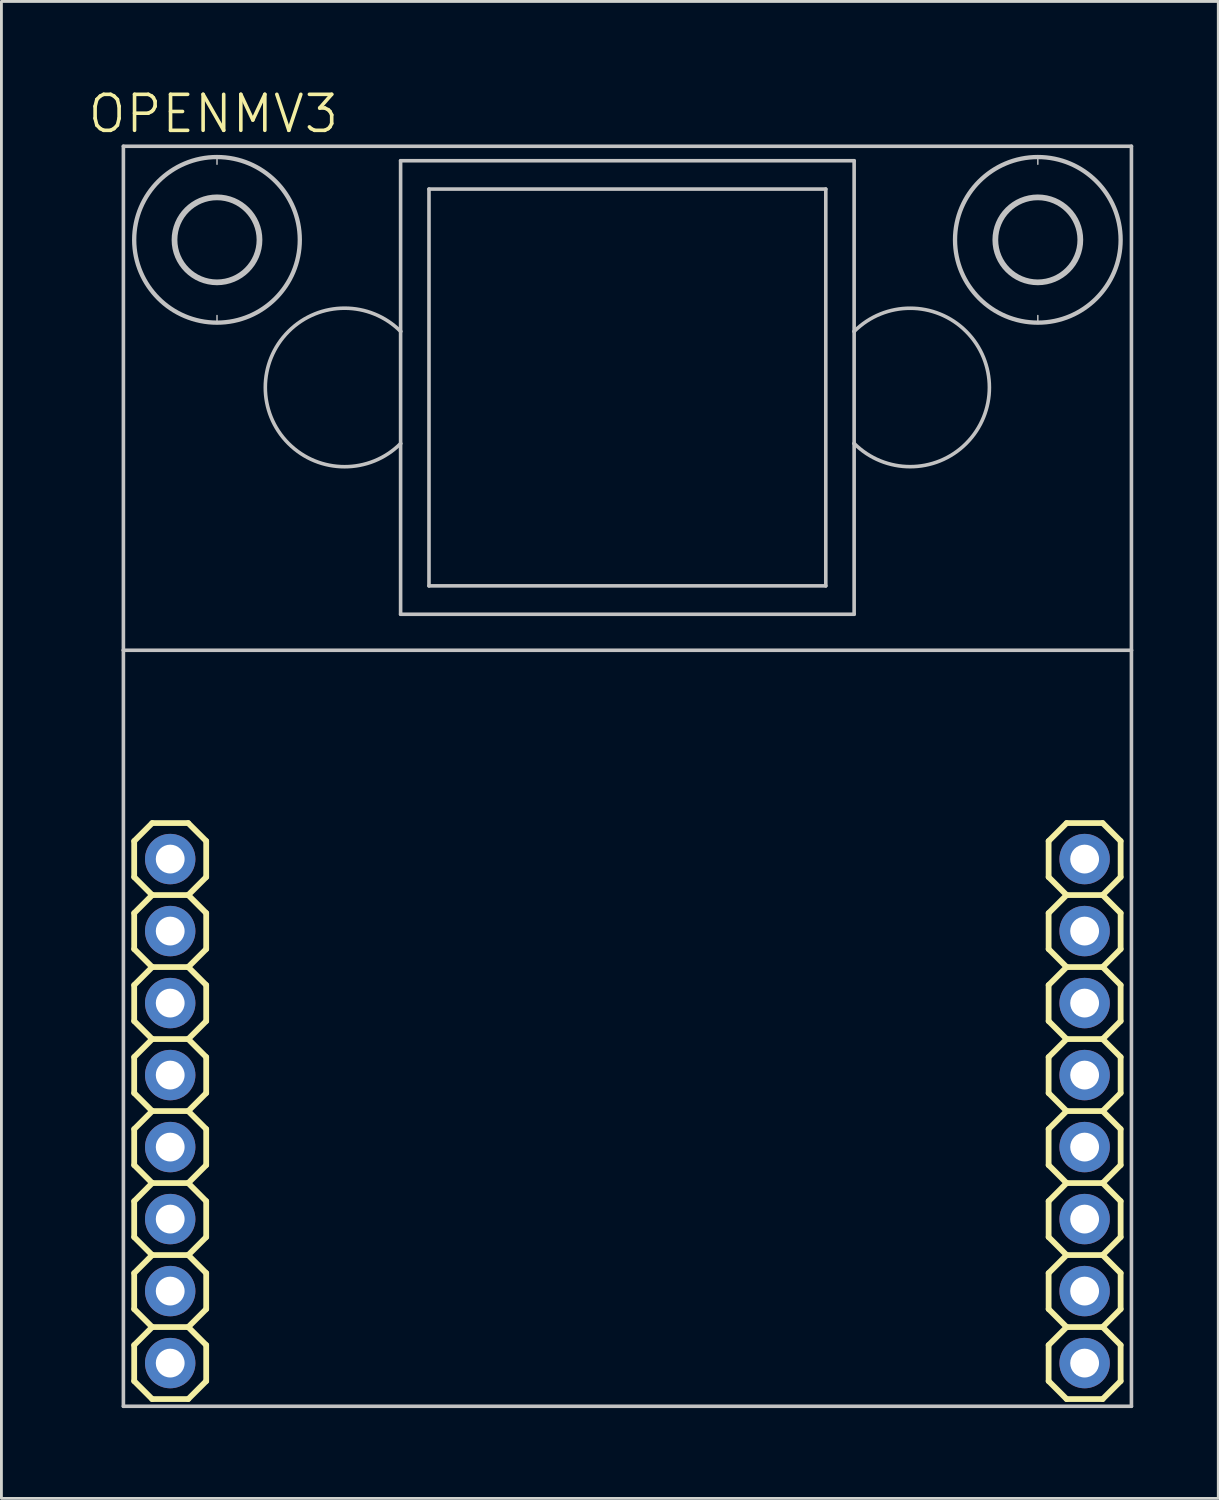
<source format=kicad_pcb>
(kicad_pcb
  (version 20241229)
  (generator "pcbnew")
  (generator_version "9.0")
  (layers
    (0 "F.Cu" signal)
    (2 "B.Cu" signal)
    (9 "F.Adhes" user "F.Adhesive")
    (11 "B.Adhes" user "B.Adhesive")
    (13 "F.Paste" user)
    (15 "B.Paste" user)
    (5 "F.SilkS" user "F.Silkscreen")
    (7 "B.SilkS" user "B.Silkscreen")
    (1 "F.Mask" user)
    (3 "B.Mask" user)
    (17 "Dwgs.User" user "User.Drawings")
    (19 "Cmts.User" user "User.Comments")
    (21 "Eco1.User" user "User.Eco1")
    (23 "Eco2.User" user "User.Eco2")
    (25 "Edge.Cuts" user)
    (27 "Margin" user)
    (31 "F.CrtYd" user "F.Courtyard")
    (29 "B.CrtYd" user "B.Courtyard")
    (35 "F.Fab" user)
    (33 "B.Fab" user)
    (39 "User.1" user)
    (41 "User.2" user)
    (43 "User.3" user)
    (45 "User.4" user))
  (footprint "OPENMV3"
    (layer "F.Cu")
    (at 1.303 46.559)
    (property "Reference" "OPENMV3" (at 3.175 -45.593 0) (layer "F.SilkS") (effects (font (size 1.27 1.27) (thickness 0.127))))
    (attr exclude_from_pos_files exclude_from_bom)
    (fp_line (start 0.381 -19.939) (end 0.381 -18.669) (stroke (width 0.203) (type solid)) (layer "F.SilkS"))
    (fp_line (start 0.381 -18.669) (end 1.016 -18.034) (stroke (width 0.203) (type solid)) (layer "F.SilkS"))
    (fp_line (start 0.381 -17.399) (end 0.381 -16.129) (stroke (width 0.203) (type solid)) (layer "F.SilkS"))
    (fp_line (start 0.381 -16.129) (end 1.016 -15.494) (stroke (width 0.203) (type solid)) (layer "F.SilkS"))
    (fp_line (start 0.381 -14.859) (end 0.381 -13.589) (stroke (width 0.203) (type solid)) (layer "F.SilkS"))
    (fp_line (start 0.381 -13.589) (end 1.016 -12.954) (stroke (width 0.203) (type solid)) (layer "F.SilkS"))
    (fp_line (start 0.381 -12.319) (end 0.381 -11.049) (stroke (width 0.203) (type solid)) (layer "F.SilkS"))
    (fp_line (start 0.381 -11.049) (end 1.016 -10.414) (stroke (width 0.203) (type solid)) (layer "F.SilkS"))
    (fp_line (start 0.381 -9.779) (end 0.381 -8.509) (stroke (width 0.203) (type solid)) (layer "F.SilkS"))
    (fp_line (start 0.381 -8.509) (end 1.016 -7.874) (stroke (width 0.203) (type solid)) (layer "F.SilkS"))
    (fp_line (start 0.381 -7.236) (end 0.381 -5.969) (stroke (width 0.203) (type solid)) (layer "F.SilkS"))
    (fp_line (start 0.381 -5.969) (end 1.016 -5.334) (stroke (width 0.203) (type solid)) (layer "F.SilkS"))
    (fp_line (start 0.381 -4.699) (end 0.381 -3.429) (stroke (width 0.203) (type solid)) (layer "F.SilkS"))
    (fp_line (start 0.381 -3.429) (end 1.016 -2.794) (stroke (width 0.203) (type solid)) (layer "F.SilkS"))
    (fp_line (start 0.381 -2.159) (end 0.381 -0.889) (stroke (width 0.203) (type solid)) (layer "F.SilkS"))
    (fp_line (start 0.381 -0.889) (end 1.016 -0.254) (stroke (width 0.203) (type solid)) (layer "F.SilkS"))
    (fp_line (start 1.016 -20.574) (end 0.381 -19.939) (stroke (width 0.203) (type solid)) (layer "F.SilkS"))
    (fp_line (start 1.016 -20.574) (end 2.286 -20.574) (stroke (width 0.203) (type solid)) (layer "F.SilkS"))
    (fp_line (start 1.016 -18.034) (end 0.381 -17.399) (stroke (width 0.203) (type solid)) (layer "F.SilkS"))
    (fp_line (start 1.016 -15.494) (end 0.381 -14.859) (stroke (width 0.203) (type solid)) (layer "F.SilkS"))
    (fp_line (start 1.016 -12.954) (end 0.381 -12.319) (stroke (width 0.203) (type solid)) (layer "F.SilkS"))
    (fp_line (start 1.016 -10.414) (end 0.381 -9.779) (stroke (width 0.203) (type solid)) (layer "F.SilkS"))
    (fp_line (start 1.016 -7.874) (end 0.381 -7.236) (stroke (width 0.203) (type solid)) (layer "F.SilkS"))
    (fp_line (start 1.016 -5.334) (end 0.381 -4.699) (stroke (width 0.203) (type solid)) (layer "F.SilkS"))
    (fp_line (start 1.016 -2.794) (end 0.381 -2.159) (stroke (width 0.203) (type solid)) (layer "F.SilkS"))
    (fp_line (start 2.286 -20.574) (end 2.921 -19.939) (stroke (width 0.203) (type solid)) (layer "F.SilkS"))
    (fp_line (start 2.286 -18.034) (end 1.016 -18.034) (stroke (width 0.203) (type solid)) (layer "F.SilkS"))
    (fp_line (start 2.286 -18.034) (end 2.921 -17.399) (stroke (width 0.203) (type solid)) (layer "F.SilkS"))
    (fp_line (start 2.286 -15.494) (end 1.016 -15.494) (stroke (width 0.203) (type solid)) (layer "F.SilkS"))
    (fp_line (start 2.286 -15.494) (end 2.921 -14.859) (stroke (width 0.203) (type solid)) (layer "F.SilkS"))
    (fp_line (start 2.286 -12.954) (end 1.016 -12.954) (stroke (width 0.203) (type solid)) (layer "F.SilkS"))
    (fp_line (start 2.286 -12.954) (end 2.921 -12.319) (stroke (width 0.203) (type solid)) (layer "F.SilkS"))
    (fp_line (start 2.286 -10.414) (end 1.016 -10.414) (stroke (width 0.203) (type solid)) (layer "F.SilkS"))
    (fp_line (start 2.286 -10.414) (end 2.921 -9.779) (stroke (width 0.203) (type solid)) (layer "F.SilkS"))
    (fp_line (start 2.286 -7.874) (end 1.016 -7.874) (stroke (width 0.203) (type solid)) (layer "F.SilkS"))
    (fp_line (start 2.286 -7.874) (end 2.921 -7.236) (stroke (width 0.203) (type solid)) (layer "F.SilkS"))
    (fp_line (start 2.286 -5.334) (end 1.016 -5.334) (stroke (width 0.203) (type solid)) (layer "F.SilkS"))
    (fp_line (start 2.286 -5.334) (end 2.921 -4.699) (stroke (width 0.203) (type solid)) (layer "F.SilkS"))
    (fp_line (start 2.286 -2.794) (end 1.016 -2.794) (stroke (width 0.203) (type solid)) (layer "F.SilkS"))
    (fp_line (start 2.286 -2.794) (end 2.921 -2.159) (stroke (width 0.203) (type solid)) (layer "F.SilkS"))
    (fp_line (start 2.286 -0.254) (end 1.016 -0.254) (stroke (width 0.203) (type solid)) (layer "F.SilkS"))
    (fp_line (start 2.921 -19.939) (end 2.921 -18.669) (stroke (width 0.203) (type solid)) (layer "F.SilkS"))
    (fp_line (start 2.921 -18.669) (end 2.286 -18.034) (stroke (width 0.203) (type solid)) (layer "F.SilkS"))
    (fp_line (start 2.921 -17.399) (end 2.921 -16.129) (stroke (width 0.203) (type solid)) (layer "F.SilkS"))
    (fp_line (start 2.921 -16.129) (end 2.286 -15.494) (stroke (width 0.203) (type solid)) (layer "F.SilkS"))
    (fp_line (start 2.921 -14.859) (end 2.921 -13.589) (stroke (width 0.203) (type solid)) (layer "F.SilkS"))
    (fp_line (start 2.921 -13.589) (end 2.286 -12.954) (stroke (width 0.203) (type solid)) (layer "F.SilkS"))
    (fp_line (start 2.921 -12.319) (end 2.921 -11.049) (stroke (width 0.203) (type solid)) (layer "F.SilkS"))
    (fp_line (start 2.921 -11.049) (end 2.286 -10.414) (stroke (width 0.203) (type solid)) (layer "F.SilkS"))
    (fp_line (start 2.921 -9.779) (end 2.921 -8.509) (stroke (width 0.203) (type solid)) (layer "F.SilkS"))
    (fp_line (start 2.921 -8.509) (end 2.286 -7.874) (stroke (width 0.203) (type solid)) (layer "F.SilkS"))
    (fp_line (start 2.921 -7.236) (end 2.921 -5.969) (stroke (width 0.203) (type solid)) (layer "F.SilkS"))
    (fp_line (start 2.921 -5.969) (end 2.286 -5.334) (stroke (width 0.203) (type solid)) (layer "F.SilkS"))
    (fp_line (start 2.921 -4.699) (end 2.921 -3.429) (stroke (width 0.203) (type solid)) (layer "F.SilkS"))
    (fp_line (start 2.921 -3.429) (end 2.286 -2.794) (stroke (width 0.203) (type solid)) (layer "F.SilkS"))
    (fp_line (start 2.921 -2.159) (end 2.921 -0.889) (stroke (width 0.203) (type solid)) (layer "F.SilkS"))
    (fp_line (start 2.921 -0.889) (end 2.286 -0.254) (stroke (width 0.203) (type solid)) (layer "F.SilkS"))
    (fp_line (start 32.639 -19.939) (end 32.639 -18.669) (stroke (width 0.203) (type solid)) (layer "F.SilkS"))
    (fp_line (start 32.639 -18.669) (end 33.274 -18.034) (stroke (width 0.203) (type solid)) (layer "F.SilkS"))
    (fp_line (start 32.639 -17.399) (end 32.639 -16.129) (stroke (width 0.203) (type solid)) (layer "F.SilkS"))
    (fp_line (start 32.639 -16.129) (end 33.274 -15.494) (stroke (width 0.203) (type solid)) (layer "F.SilkS"))
    (fp_line (start 32.639 -14.859) (end 32.639 -13.589) (stroke (width 0.203) (type solid)) (layer "F.SilkS"))
    (fp_line (start 32.639 -13.589) (end 33.274 -12.954) (stroke (width 0.203) (type solid)) (layer "F.SilkS"))
    (fp_line (start 32.639 -12.319) (end 32.639 -11.049) (stroke (width 0.203) (type solid)) (layer "F.SilkS"))
    (fp_line (start 32.639 -11.049) (end 33.274 -10.414) (stroke (width 0.203) (type solid)) (layer "F.SilkS"))
    (fp_line (start 32.639 -9.779) (end 32.639 -8.509) (stroke (width 0.203) (type solid)) (layer "F.SilkS"))
    (fp_line (start 32.639 -8.509) (end 33.274 -7.874) (stroke (width 0.203) (type solid)) (layer "F.SilkS"))
    (fp_line (start 32.639 -7.236) (end 32.639 -5.969) (stroke (width 0.203) (type solid)) (layer "F.SilkS"))
    (fp_line (start 32.639 -5.969) (end 33.274 -5.334) (stroke (width 0.203) (type solid)) (layer "F.SilkS"))
    (fp_line (start 32.639 -4.699) (end 32.639 -3.429) (stroke (width 0.203) (type solid)) (layer "F.SilkS"))
    (fp_line (start 32.639 -3.429) (end 33.274 -2.794) (stroke (width 0.203) (type solid)) (layer "F.SilkS"))
    (fp_line (start 32.639 -2.159) (end 32.639 -0.889) (stroke (width 0.203) (type solid)) (layer "F.SilkS"))
    (fp_line (start 32.639 -0.889) (end 33.274 -0.254) (stroke (width 0.203) (type solid)) (layer "F.SilkS"))
    (fp_line (start 33.274 -20.574) (end 32.639 -19.939) (stroke (width 0.203) (type solid)) (layer "F.SilkS"))
    (fp_line (start 33.274 -20.574) (end 34.544 -20.574) (stroke (width 0.203) (type solid)) (layer "F.SilkS"))
    (fp_line (start 33.274 -18.034) (end 32.639 -17.399) (stroke (width 0.203) (type solid)) (layer "F.SilkS"))
    (fp_line (start 33.274 -15.494) (end 32.639 -14.859) (stroke (width 0.203) (type solid)) (layer "F.SilkS"))
    (fp_line (start 33.274 -12.954) (end 32.639 -12.319) (stroke (width 0.203) (type solid)) (layer "F.SilkS"))
    (fp_line (start 33.274 -10.414) (end 32.639 -9.779) (stroke (width 0.203) (type solid)) (layer "F.SilkS"))
    (fp_line (start 33.274 -7.874) (end 32.639 -7.236) (stroke (width 0.203) (type solid)) (layer "F.SilkS"))
    (fp_line (start 33.274 -5.334) (end 32.639 -4.699) (stroke (width 0.203) (type solid)) (layer "F.SilkS"))
    (fp_line (start 33.274 -2.794) (end 32.639 -2.159) (stroke (width 0.203) (type solid)) (layer "F.SilkS"))
    (fp_line (start 34.544 -20.574) (end 35.179 -19.939) (stroke (width 0.203) (type solid)) (layer "F.SilkS"))
    (fp_line (start 34.544 -18.034) (end 33.274 -18.034) (stroke (width 0.203) (type solid)) (layer "F.SilkS"))
    (fp_line (start 34.544 -18.034) (end 35.179 -17.399) (stroke (width 0.203) (type solid)) (layer "F.SilkS"))
    (fp_line (start 34.544 -15.494) (end 33.274 -15.494) (stroke (width 0.203) (type solid)) (layer "F.SilkS"))
    (fp_line (start 34.544 -15.494) (end 35.179 -14.859) (stroke (width 0.203) (type solid)) (layer "F.SilkS"))
    (fp_line (start 34.544 -12.954) (end 33.274 -12.954) (stroke (width 0.203) (type solid)) (layer "F.SilkS"))
    (fp_line (start 34.544 -12.954) (end 35.179 -12.319) (stroke (width 0.203) (type solid)) (layer "F.SilkS"))
    (fp_line (start 34.544 -10.414) (end 33.274 -10.414) (stroke (width 0.203) (type solid)) (layer "F.SilkS"))
    (fp_line (start 34.544 -10.414) (end 35.179 -9.779) (stroke (width 0.203) (type solid)) (layer "F.SilkS"))
    (fp_line (start 34.544 -7.874) (end 33.274 -7.874) (stroke (width 0.203) (type solid)) (layer "F.SilkS"))
    (fp_line (start 34.544 -7.874) (end 35.179 -7.236) (stroke (width 0.203) (type solid)) (layer "F.SilkS"))
    (fp_line (start 34.544 -5.334) (end 33.274 -5.334) (stroke (width 0.203) (type solid)) (layer "F.SilkS"))
    (fp_line (start 34.544 -5.334) (end 35.179 -4.699) (stroke (width 0.203) (type solid)) (layer "F.SilkS"))
    (fp_line (start 34.544 -2.794) (end 33.274 -2.794) (stroke (width 0.203) (type solid)) (layer "F.SilkS"))
    (fp_line (start 34.544 -2.794) (end 35.179 -2.159) (stroke (width 0.203) (type solid)) (layer "F.SilkS"))
    (fp_line (start 34.544 -0.254) (end 33.274 -0.254) (stroke (width 0.203) (type solid)) (layer "F.SilkS"))
    (fp_line (start 35.179 -19.939) (end 35.179 -18.669) (stroke (width 0.203) (type solid)) (layer "F.SilkS"))
    (fp_line (start 35.179 -18.669) (end 34.544 -18.034) (stroke (width 0.203) (type solid)) (layer "F.SilkS"))
    (fp_line (start 35.179 -17.399) (end 35.179 -16.129) (stroke (width 0.203) (type solid)) (layer "F.SilkS"))
    (fp_line (start 35.179 -16.129) (end 34.544 -15.494) (stroke (width 0.203) (type solid)) (layer "F.SilkS"))
    (fp_line (start 35.179 -14.859) (end 35.179 -13.589) (stroke (width 0.203) (type solid)) (layer "F.SilkS"))
    (fp_line (start 35.179 -13.589) (end 34.544 -12.954) (stroke (width 0.203) (type solid)) (layer "F.SilkS"))
    (fp_line (start 35.179 -12.319) (end 35.179 -11.049) (stroke (width 0.203) (type solid)) (layer "F.SilkS"))
    (fp_line (start 35.179 -11.049) (end 34.544 -10.414) (stroke (width 0.203) (type solid)) (layer "F.SilkS"))
    (fp_line (start 35.179 -9.779) (end 35.179 -8.509) (stroke (width 0.203) (type solid)) (layer "F.SilkS"))
    (fp_line (start 35.179 -8.509) (end 34.544 -7.874) (stroke (width 0.203) (type solid)) (layer "F.SilkS"))
    (fp_line (start 35.179 -7.236) (end 35.179 -5.969) (stroke (width 0.203) (type solid)) (layer "F.SilkS"))
    (fp_line (start 35.179 -5.969) (end 34.544 -5.334) (stroke (width 0.203) (type solid)) (layer "F.SilkS"))
    (fp_line (start 35.179 -4.699) (end 35.179 -3.429) (stroke (width 0.203) (type solid)) (layer "F.SilkS"))
    (fp_line (start 35.179 -3.429) (end 34.544 -2.794) (stroke (width 0.203) (type solid)) (layer "F.SilkS"))
    (fp_line (start 35.179 -2.159) (end 35.179 -0.889) (stroke (width 0.203) (type solid)) (layer "F.SilkS"))
    (fp_line (start 35.179 -0.889) (end 34.544 -0.254) (stroke (width 0.203) (type solid)) (layer "F.SilkS"))
    (fp_line (start 0 -44.45) (end 35.56 -44.45) (stroke (width 0.127) (type solid)) (layer "Dwgs.User"))
    (fp_line (start 0 -26.67) (end 0 -44.45) (stroke (width 0.127) (type solid)) (layer "Dwgs.User"))
    (fp_line (start 0 -26.67) (end 35.56 -26.67) (stroke (width 0.127) (type solid)) (layer "Dwgs.User"))
    (fp_line (start 0 0) (end 0 -26.67) (stroke (width 0.127) (type solid)) (layer "Dwgs.User"))
    (fp_line (start 3.302 -44.069) (end 3.302 -43.815) (stroke (width 0.051) (type solid)) (layer "Dwgs.User"))
    (fp_line (start 3.302 -38.478) (end 3.302 -38.224) (stroke (width 0.051) (type solid)) (layer "Dwgs.User"))
    (fp_line (start 9.779 -43.939) (end 25.778 -43.939) (stroke (width 0.127) (type solid)) (layer "Dwgs.User"))
    (fp_line (start 9.779 -37.917) (end 9.779 -43.939) (stroke (width 0.127) (type solid)) (layer "Dwgs.User"))
    (fp_line (start 9.779 -33.962) (end 9.779 -37.917) (stroke (width 0.127) (type solid)) (layer "Dwgs.User"))
    (fp_line (start 9.779 -27.94) (end 9.779 -33.962) (stroke (width 0.127) (type solid)) (layer "Dwgs.User"))
    (fp_line (start 10.78 -42.939) (end 10.78 -28.941) (stroke (width 0.127) (type solid)) (layer "Dwgs.User"))
    (fp_line (start 10.78 -28.941) (end 24.778 -28.941) (stroke (width 0.127) (type solid)) (layer "Dwgs.User"))
    (fp_line (start 24.778 -42.939) (end 10.78 -42.939) (stroke (width 0.127) (type solid)) (layer "Dwgs.User"))
    (fp_line (start 24.778 -28.941) (end 24.778 -42.939) (stroke (width 0.127) (type solid)) (layer "Dwgs.User"))
    (fp_line (start 25.778 -43.939) (end 25.778 -37.917) (stroke (width 0.127) (type solid)) (layer "Dwgs.User"))
    (fp_line (start 25.778 -37.917) (end 25.778 -33.962) (stroke (width 0.127) (type solid)) (layer "Dwgs.User"))
    (fp_line (start 25.778 -33.962) (end 25.778 -27.94) (stroke (width 0.127) (type solid)) (layer "Dwgs.User"))
    (fp_line (start 25.778 -27.94) (end 9.779 -27.94) (stroke (width 0.127) (type solid)) (layer "Dwgs.User"))
    (fp_line (start 32.258 -44.069) (end 32.258 -43.815) (stroke (width 0.051) (type solid)) (layer "Dwgs.User"))
    (fp_line (start 32.258 -38.478) (end 32.258 -38.224) (stroke (width 0.051) (type solid)) (layer "Dwgs.User"))
    (fp_line (start 35.56 -44.45) (end 35.56 -26.67) (stroke (width 0.127) (type solid)) (layer "Dwgs.User"))
    (fp_line (start 35.56 -26.67) (end 35.56 0) (stroke (width 0.127) (type solid)) (layer "Dwgs.User"))
    (fp_line (start 35.56 0) (end 0 0) (stroke (width 0.127) (type solid)) (layer "Dwgs.User"))
    (fp_arc (start 9.779 -33.96234) (mid 5.006428 -35.942796) (end 9.78154 -37.91712) (stroke (width 0.127) (type solid)) (layer "Dwgs.User"))
    (fp_arc (start 25.77846 -37.91712) (mid 30.549236 -35.941) (end 25.77846 -33.96488) (stroke (width 0.127) (type solid)) (layer "Dwgs.User"))
    (fp_circle (center 3.302 -41.148) (end 3.302 -44.069) (stroke (width 0.152) (type solid)) (fill no) (layer "Dwgs.User"))
    (fp_circle (center 3.302 -41.148) (end 3.302 -42.647) (stroke (width 0.203) (type solid)) (fill no) (layer "Dwgs.User"))
    (fp_circle (center 32.258 -41.148) (end 32.258 -44.069) (stroke (width 0.152) (type solid)) (fill no) (layer "Dwgs.User"))
    (fp_circle (center 32.258 -41.148) (end 32.258 -42.647) (stroke (width 0.203) (type solid)) (fill no) (layer "Dwgs.User"))
    (pad "1" thru_hole circle (at 1.651 -19.304) (size 1.778 1.778) (drill 1.016) (layers "*.Cu" "*.Paste" "*.Mask"))
    (pad "2" thru_hole circle (at 1.651 -16.764) (size 1.778 1.778) (drill 1.016) (layers "*.Cu" "*.Paste" "*.Mask"))
    (pad "3" thru_hole circle (at 1.651 -14.224) (size 1.778 1.778) (drill 1.016) (layers "*.Cu" "*.Paste" "*.Mask"))
    (pad "4" thru_hole circle (at 1.651 -11.684) (size 1.778 1.778) (drill 1.016) (layers "*.Cu" "*.Paste" "*.Mask"))
    (pad "5" thru_hole circle (at 1.651 -9.144) (size 1.778 1.778) (drill 1.016) (layers "*.Cu" "*.Paste" "*.Mask"))
    (pad "6" thru_hole circle (at 1.651 -6.604) (size 1.778 1.778) (drill 1.016) (layers "*.Cu" "*.Paste" "*.Mask"))
    (pad "7" thru_hole circle (at 1.651 -4.064) (size 1.778 1.778) (drill 1.016) (layers "*.Cu" "*.Paste" "*.Mask"))
    (pad "8" thru_hole circle (at 1.651 -1.524) (size 1.778 1.778) (drill 1.016) (layers "*.Cu" "*.Paste" "*.Mask"))
    (pad "9" thru_hole circle (at 33.909 -1.524) (size 1.778 1.778) (drill 1.016) (layers "*.Cu" "*.Paste" "*.Mask"))
    (pad "10" thru_hole circle (at 33.909 -4.064) (size 1.778 1.778) (drill 1.016) (layers "*.Cu" "*.Paste" "*.Mask"))
    (pad "11" thru_hole circle (at 33.909 -6.604) (size 1.778 1.778) (drill 1.016) (layers "*.Cu" "*.Paste" "*.Mask"))
    (pad "12" thru_hole circle (at 33.909 -9.144) (size 1.778 1.778) (drill 1.016) (layers "*.Cu" "*.Paste" "*.Mask"))
    (pad "13" thru_hole circle (at 33.909 -11.684) (size 1.778 1.778) (drill 1.016) (layers "*.Cu" "*.Paste" "*.Mask"))
    (pad "14" thru_hole circle (at 33.909 -14.224) (size 1.778 1.778) (drill 1.016) (layers "*.Cu" "*.Paste" "*.Mask"))
    (pad "15" thru_hole circle (at 33.909 -16.764) (size 1.778 1.778) (drill 1.016) (layers "*.Cu" "*.Paste" "*.Mask"))
    (pad "16" thru_hole circle (at 33.909 -19.304) (size 1.778 1.778) (drill 1.016) (layers "*.Cu" "*.Paste" "*.Mask")))
  (gr_rect
    (start -3 -3)
    (end 39.927 49.809)
    (stroke (width 0.1) (type default))
    (fill no)
    (layer "Edge.Cuts")))
</source>
